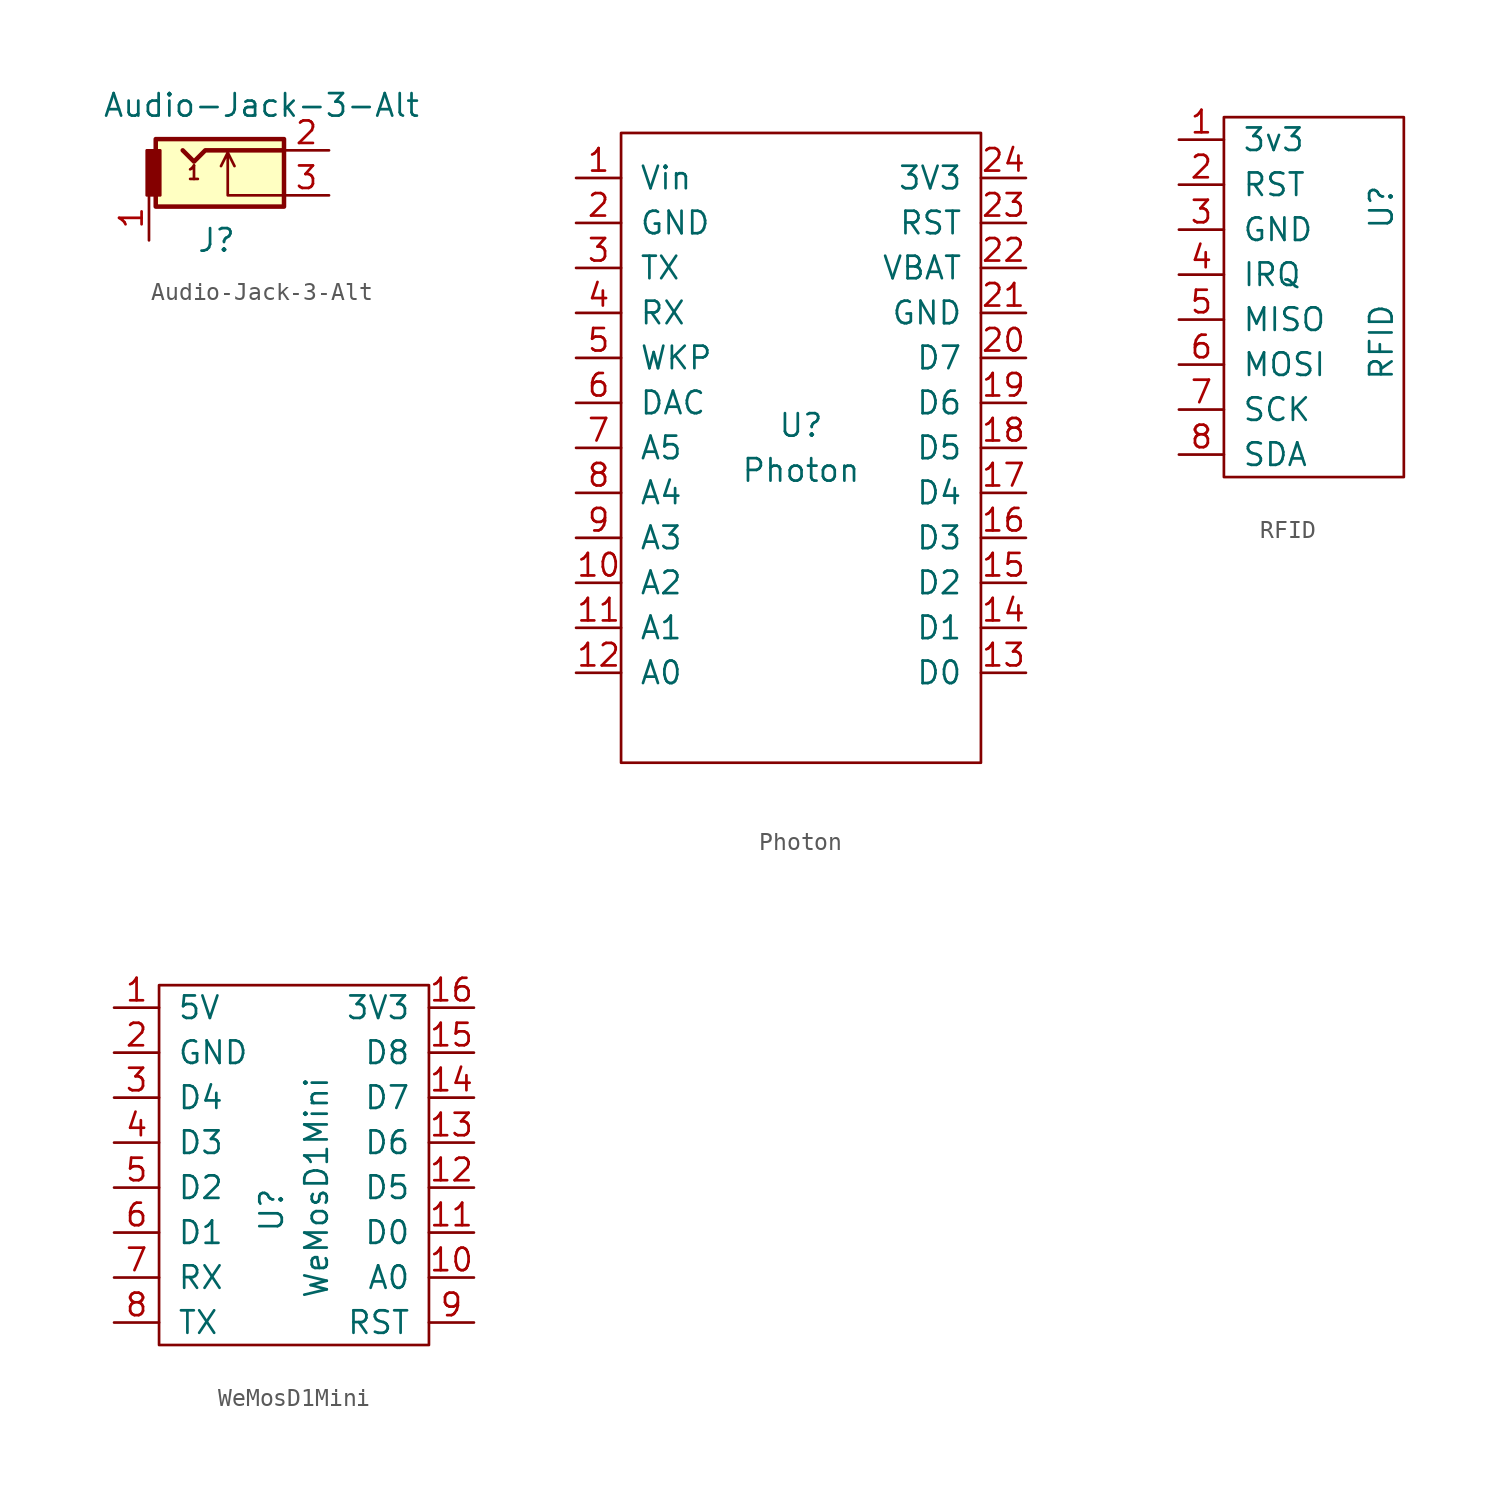
<source format=kicad_sym>
(kicad_symbol_lib
  (version 20220914)
  (generator kicad_symbol_editor)
  (symbol "Audio-Jack-3-Alt"
    (pin_names
      (offset 1.016))
    (property "Reference" "J"
      (at 0 -3.81 0)
      (effects (font (size 1.27 1.27))))
    (property "Value" "Audio-Jack-3-Alt"
      (at 2.54 3.81 0)
      (effects (font (size 1.27 1.27))))
    (symbol "Audio-Jack-3-Alt_1_0"
      (text "1" (at -1.27 0 0) (effects (font (size 0.762 0.762)))))
    (symbol "Audio-Jack-3-Alt_1_1"
      (rectangle (start -3.429 1.905) (end 3.81 -1.905) (stroke (width 0.254) (type solid)) (fill (type background)))
      (rectangle (start -3.175 -1.27) (end -3.937 1.27) (stroke (width 0) (type solid)) (fill (type outline)))
      (polyline (pts (xy 0.635 1.143) (xy 1.016 0.381)) (stroke (width 0) (type solid)) (fill (type none)))
      (polyline (pts (xy 3.81 -1.27) (xy 0.635 -1.27) (xy 0.635 1.143) (xy 0.254 0.381)) (stroke (width 0) (type solid)) (fill (type none)))
      (polyline (pts (xy 3.81 1.27) (xy -0.635 1.27) (xy -1.27 0.635) (xy -1.905 1.27)) (stroke (width 0.254) (type solid)) (fill (type none)))
      (pin passive line (at -3.81 -3.81 90) (length 2.54) (name "~" (effects (font (size 1.27 1.27)))) (number "1" (effects (font (size 1.27 1.27)))))
      (pin passive line (at 6.35 1.27 180) (length 2.54) (name "~" (effects (font (size 1.27 1.27)))) (number "2" (effects (font (size 1.27 1.27)))))
      (pin passive line (at 6.35 -1.27 180) (length 2.54) (name "~" (effects (font (size 1.27 1.27)))) (number "3" (effects (font (size 1.27 1.27)))))))
  (symbol "Photon"
    (pin_names
      (offset 1.016))
    (property "Reference" "U"
      (at 0 1.27 0)
      (effects (font (size 1.27 1.27))))
    (property "Value" "Photon"
      (at 0 -1.27 0)
      (effects (font (size 1.27 1.27))))
    (symbol "Photon_0_1"
      (rectangle (start 10.16 17.78) (end -10.16 -17.78) (stroke (width 0) (type solid)) (fill (type none))))
    (symbol "Photon_1_1"
      (pin power_in line (at -12.7 15.24 0) (length 2.54) (name "Vin" (effects (font (size 1.27 1.27)))) (number "1" (effects (font (size 1.27 1.27)))))
      (pin bidirectional line (at -12.7 -7.62 0) (length 2.54) (name "A2" (effects (font (size 1.27 1.27)))) (number "10" (effects (font (size 1.27 1.27)))))
      (pin bidirectional line (at -12.7 -10.16 0) (length 2.54) (name "A1" (effects (font (size 1.27 1.27)))) (number "11" (effects (font (size 1.27 1.27)))))
      (pin bidirectional line (at -12.7 -12.7 0) (length 2.54) (name "A0" (effects (font (size 1.27 1.27)))) (number "12" (effects (font (size 1.27 1.27)))))
      (pin bidirectional line (at 12.7 -12.7 180) (length 2.54) (name "D0" (effects (font (size 1.27 1.27)))) (number "13" (effects (font (size 1.27 1.27)))))
      (pin bidirectional line (at 12.7 -10.16 180) (length 2.54) (name "D1" (effects (font (size 1.27 1.27)))) (number "14" (effects (font (size 1.27 1.27)))))
      (pin bidirectional line (at 12.7 -7.62 180) (length 2.54) (name "D2" (effects (font (size 1.27 1.27)))) (number "15" (effects (font (size 1.27 1.27)))))
      (pin bidirectional line (at 12.7 -5.08 180) (length 2.54) (name "D3" (effects (font (size 1.27 1.27)))) (number "16" (effects (font (size 1.27 1.27)))))
      (pin bidirectional line (at 12.7 -2.54 180) (length 2.54) (name "D4" (effects (font (size 1.27 1.27)))) (number "17" (effects (font (size 1.27 1.27)))))
      (pin bidirectional line (at 12.7 0 180) (length 2.54) (name "D5" (effects (font (size 1.27 1.27)))) (number "18" (effects (font (size 1.27 1.27)))))
      (pin bidirectional line (at 12.7 2.54 180) (length 2.54) (name "D6" (effects (font (size 1.27 1.27)))) (number "19" (effects (font (size 1.27 1.27)))))
      (pin power_in line (at -12.7 12.7 0) (length 2.54) (name "GND" (effects (font (size 1.27 1.27)))) (number "2" (effects (font (size 1.27 1.27)))))
      (pin bidirectional line (at 12.7 5.08 180) (length 2.54) (name "D7" (effects (font (size 1.27 1.27)))) (number "20" (effects (font (size 1.27 1.27)))))
      (pin power_in line (at 12.7 7.62 180) (length 2.54) (name "GND" (effects (font (size 1.27 1.27)))) (number "21" (effects (font (size 1.27 1.27)))))
      (pin bidirectional line (at 12.7 10.16 180) (length 2.54) (name "VBAT" (effects (font (size 1.27 1.27)))) (number "22" (effects (font (size 1.27 1.27)))))
      (pin input line (at 12.7 12.7 180) (length 2.54) (name "RST" (effects (font (size 1.27 1.27)))) (number "23" (effects (font (size 1.27 1.27)))))
      (pin power_out line (at 12.7 15.24 180) (length 2.54) (name "3V3" (effects (font (size 1.27 1.27)))) (number "24" (effects (font (size 1.27 1.27)))))
      (pin bidirectional line (at -12.7 10.16 0) (length 2.54) (name "TX" (effects (font (size 1.27 1.27)))) (number "3" (effects (font (size 1.27 1.27)))))
      (pin bidirectional line (at -12.7 7.62 0) (length 2.54) (name "RX" (effects (font (size 1.27 1.27)))) (number "4" (effects (font (size 1.27 1.27)))))
      (pin bidirectional line (at -12.7 5.08 0) (length 2.54) (name "WKP" (effects (font (size 1.27 1.27)))) (number "5" (effects (font (size 1.27 1.27)))))
      (pin bidirectional line (at -12.7 2.54 0) (length 2.54) (name "DAC" (effects (font (size 1.27 1.27)))) (number "6" (effects (font (size 1.27 1.27)))))
      (pin bidirectional line (at -12.7 0 0) (length 2.54) (name "A5" (effects (font (size 1.27 1.27)))) (number "7" (effects (font (size 1.27 1.27)))))
      (pin bidirectional line (at -12.7 -2.54 0) (length 2.54) (name "A4" (effects (font (size 1.27 1.27)))) (number "8" (effects (font (size 1.27 1.27)))))
      (pin bidirectional line (at -12.7 -5.08 0) (length 2.54) (name "A3" (effects (font (size 1.27 1.27)))) (number "9" (effects (font (size 1.27 1.27)))))))
  (symbol "RFID"
    (pin_names
      (offset 1.016))
    (property "Reference" "U"
      (at 2.54 5.08 90)
      (effects (font (size 1.27 1.27))))
    (property "Value" "RFID"
      (at 2.54 -2.54 90)
      (effects (font (size 1.27 1.27))))
    (symbol "RFID_0_1"
      (rectangle (start 3.81 -10.16) (end -6.35 10.16) (stroke (width 0) (type solid)) (fill (type none))))
    (symbol "RFID_1_1"
      (pin power_in line (at -8.89 8.89 0) (length 2.54) (name "3v3" (effects (font (size 1.27 1.27)))) (number "1" (effects (font (size 1.27 1.27)))))
      (pin input line (at -8.89 6.35 0) (length 2.54) (name "RST" (effects (font (size 1.27 1.27)))) (number "2" (effects (font (size 1.27 1.27)))))
      (pin power_in line (at -8.89 3.81 0) (length 2.54) (name "GND" (effects (font (size 1.27 1.27)))) (number "3" (effects (font (size 1.27 1.27)))))
      (pin output line (at -8.89 1.27 0) (length 2.54) (name "IRQ" (effects (font (size 1.27 1.27)))) (number "4" (effects (font (size 1.27 1.27)))))
      (pin bidirectional line (at -8.89 -1.27 0) (length 2.54) (name "MISO" (effects (font (size 1.27 1.27)))) (number "5" (effects (font (size 1.27 1.27)))))
      (pin bidirectional line (at -8.89 -3.81 0) (length 2.54) (name "MOSI" (effects (font (size 1.27 1.27)))) (number "6" (effects (font (size 1.27 1.27)))))
      (pin input line (at -8.89 -6.35 0) (length 2.54) (name "SCK" (effects (font (size 1.27 1.27)))) (number "7" (effects (font (size 1.27 1.27)))))
      (pin input line (at -8.89 -8.89 0) (length 2.54) (name "SDA" (effects (font (size 1.27 1.27)))) (number "8" (effects (font (size 1.27 1.27)))))))
  (symbol "WeMosD1Mini"
    (pin_names
      (offset 1.016))
    (property "Reference" "U"
      (at -1.27 -3.81 90)
      (effects (font (size 1.27 1.27))))
    (property "Value" "WeMosD1Mini"
      (at 1.27 -2.54 90)
      (effects (font (size 1.27 1.27))))
    (symbol "WeMosD1Mini_0_1"
      (rectangle (start -7.62 8.89) (end 7.62 -11.43) (stroke (width 0) (type solid)) (fill (type none))))
    (symbol "WeMosD1Mini_1_1"
      (pin power_in line (at -10.16 7.62 0) (length 2.54) (name "5V" (effects (font (size 1.27 1.27)))) (number "1" (effects (font (size 1.27 1.27)))))
      (pin bidirectional line (at 10.16 -7.62 180) (length 2.54) (name "A0" (effects (font (size 1.27 1.27)))) (number "10" (effects (font (size 1.27 1.27)))))
      (pin bidirectional line (at 10.16 -5.08 180) (length 2.54) (name "D0" (effects (font (size 1.27 1.27)))) (number "11" (effects (font (size 1.27 1.27)))))
      (pin bidirectional line (at 10.16 -2.54 180) (length 2.54) (name "D5" (effects (font (size 1.27 1.27)))) (number "12" (effects (font (size 1.27 1.27)))))
      (pin bidirectional line (at 10.16 0 180) (length 2.54) (name "D6" (effects (font (size 1.27 1.27)))) (number "13" (effects (font (size 1.27 1.27)))))
      (pin bidirectional line (at 10.16 2.54 180) (length 2.54) (name "D7" (effects (font (size 1.27 1.27)))) (number "14" (effects (font (size 1.27 1.27)))))
      (pin bidirectional line (at 10.16 5.08 180) (length 2.54) (name "D8" (effects (font (size 1.27 1.27)))) (number "15" (effects (font (size 1.27 1.27)))))
      (pin passive line (at 10.16 7.62 180) (length 2.54) (name "3V3" (effects (font (size 1.27 1.27)))) (number "16" (effects (font (size 1.27 1.27)))))
      (pin power_in line (at -10.16 5.08 0) (length 2.54) (name "GND" (effects (font (size 1.27 1.27)))) (number "2" (effects (font (size 1.27 1.27)))))
      (pin bidirectional line (at -10.16 2.54 0) (length 2.54) (name "D4" (effects (font (size 1.27 1.27)))) (number "3" (effects (font (size 1.27 1.27)))))
      (pin bidirectional line (at -10.16 0 0) (length 2.54) (name "D3" (effects (font (size 1.27 1.27)))) (number "4" (effects (font (size 1.27 1.27)))))
      (pin bidirectional line (at -10.16 -2.54 0) (length 2.54) (name "D2" (effects (font (size 1.27 1.27)))) (number "5" (effects (font (size 1.27 1.27)))))
      (pin bidirectional line (at -10.16 -5.08 0) (length 2.54) (name "D1" (effects (font (size 1.27 1.27)))) (number "6" (effects (font (size 1.27 1.27)))))
      (pin input line (at -10.16 -7.62 0) (length 2.54) (name "RX" (effects (font (size 1.27 1.27)))) (number "7" (effects (font (size 1.27 1.27)))))
      (pin output line (at -10.16 -10.16 0) (length 2.54) (name "TX" (effects (font (size 1.27 1.27)))) (number "8" (effects (font (size 1.27 1.27)))))
      (pin input line (at 10.16 -10.16 180) (length 2.54) (name "RST" (effects (font (size 1.27 1.27)))) (number "9" (effects (font (size 1.27 1.27))))))))
</source>
